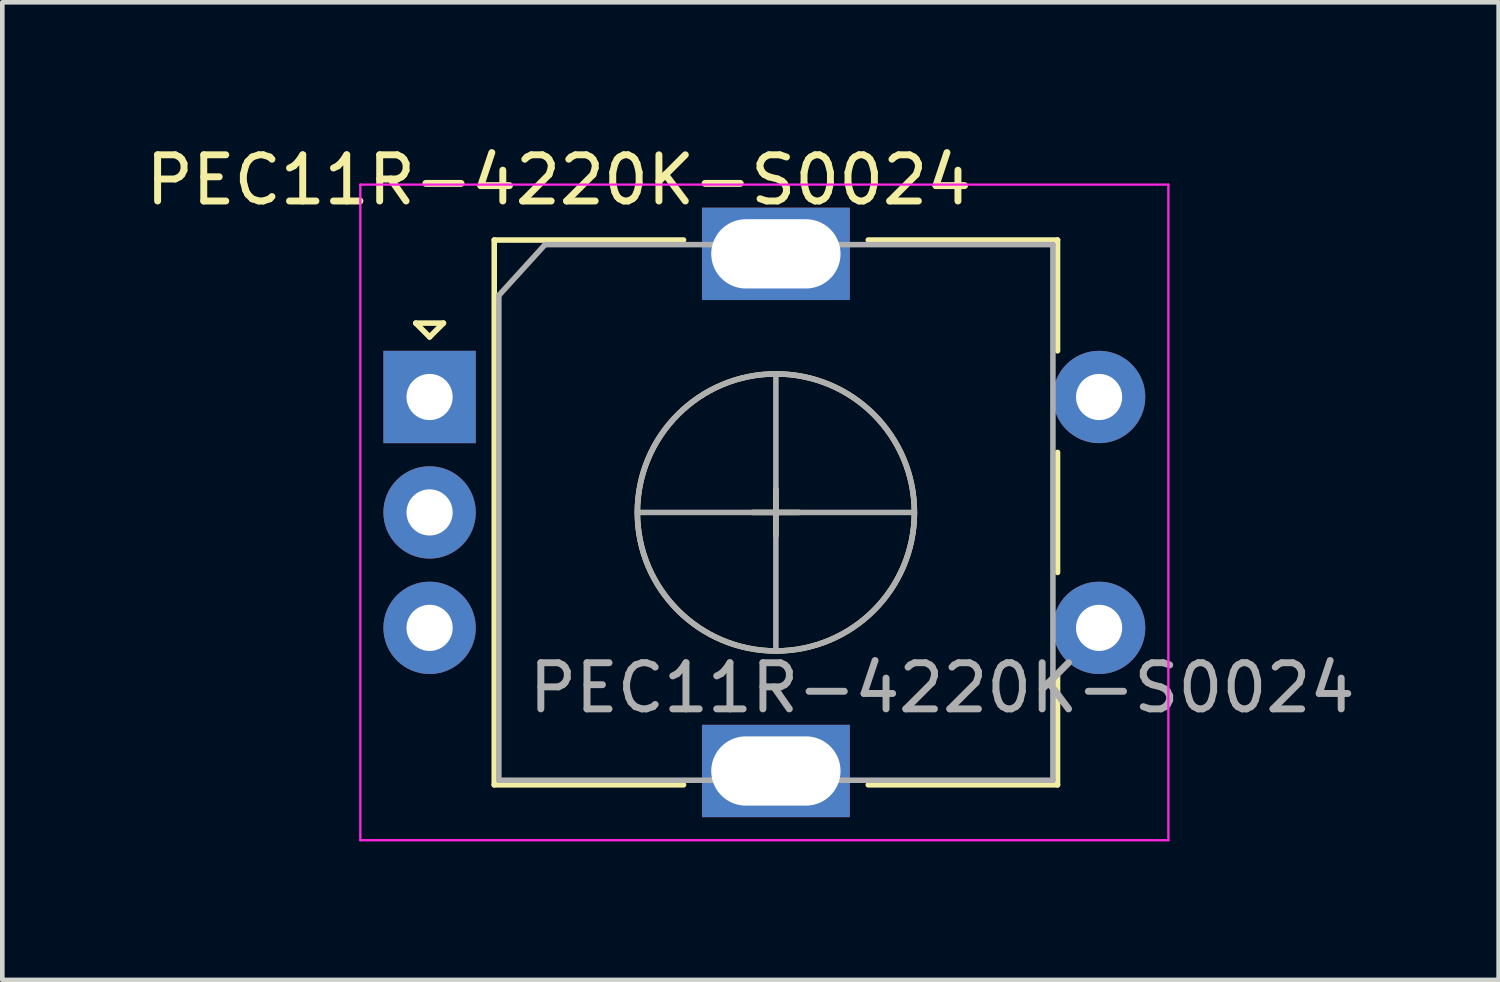
<source format=kicad_pcb>
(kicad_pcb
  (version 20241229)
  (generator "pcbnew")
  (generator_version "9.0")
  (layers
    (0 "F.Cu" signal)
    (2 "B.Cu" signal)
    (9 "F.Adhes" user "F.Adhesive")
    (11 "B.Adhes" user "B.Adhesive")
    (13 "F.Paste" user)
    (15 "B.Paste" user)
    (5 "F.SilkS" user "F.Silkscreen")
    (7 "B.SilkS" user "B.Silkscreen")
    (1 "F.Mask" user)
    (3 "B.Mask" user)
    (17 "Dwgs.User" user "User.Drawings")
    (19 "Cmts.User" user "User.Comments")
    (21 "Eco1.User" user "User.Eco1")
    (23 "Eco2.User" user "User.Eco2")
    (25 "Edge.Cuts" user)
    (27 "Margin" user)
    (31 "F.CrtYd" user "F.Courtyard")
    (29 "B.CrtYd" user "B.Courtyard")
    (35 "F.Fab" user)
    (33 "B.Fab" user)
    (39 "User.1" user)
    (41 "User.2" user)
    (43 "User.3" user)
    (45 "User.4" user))
  (footprint "PEC11R-4220K-S0024"
    (layer "F.Cu")
    (at 6.254 5.548)
    (property "Reference" "PEC11R-4220K-S0024" (at 2.8 -4.7 0) (layer "F.SilkS") (effects (font (size 1 1) (thickness 0.15))))
    (attr through_hole)
    (fp_line (start -0.3 -1.6) (end 0.3 -1.6) (stroke (width 0.12) (type solid)) (layer "F.SilkS"))
    (fp_line (start 0 -1.3) (end -0.3 -1.6) (stroke (width 0.12) (type solid)) (layer "F.SilkS"))
    (fp_line (start 0.3 -1.6) (end 0 -1.3) (stroke (width 0.12) (type solid)) (layer "F.SilkS"))
    (fp_line (start 1.4 -3.4) (end 1.4 8.4) (stroke (width 0.12) (type solid)) (layer "F.SilkS"))
    (fp_line (start 5.5 -3.4) (end 1.4 -3.4) (stroke (width 0.12) (type solid)) (layer "F.SilkS"))
    (fp_line (start 5.5 8.4) (end 1.4 8.4) (stroke (width 0.12) (type solid)) (layer "F.SilkS"))
    (fp_line (start 7 2.5) (end 8 2.5) (stroke (width 0.12) (type solid)) (layer "F.SilkS"))
    (fp_line (start 7.5 2) (end 7.5 3) (stroke (width 0.12) (type solid)) (layer "F.SilkS"))
    (fp_line (start 9.5 -3.4) (end 13.6 -3.4) (stroke (width 0.12) (type solid)) (layer "F.SilkS"))
    (fp_line (start 13.6 -3.4) (end 13.6 -1) (stroke (width 0.12) (type solid)) (layer "F.SilkS"))
    (fp_line (start 13.6 1.2) (end 13.6 3.8) (stroke (width 0.12) (type solid)) (layer "F.SilkS"))
    (fp_line (start 13.6 6) (end 13.6 8.4) (stroke (width 0.12) (type solid)) (layer "F.SilkS"))
    (fp_line (start 13.6 8.4) (end 9.5 8.4) (stroke (width 0.12) (type solid)) (layer "F.SilkS"))
    (fp_circle (center 7.5 2.5) (end 10.5 2.5) (stroke (width 0.12) (type solid)) (fill no) (layer "F.SilkS"))
    (fp_line (start -1.5 -4.6) (end -1.5 9.6) (stroke (width 0.05) (type solid)) (layer "F.CrtYd"))
    (fp_line (start -1.5 -4.6) (end 16 -4.6) (stroke (width 0.05) (type solid)) (layer "F.CrtYd"))
    (fp_line (start 16 9.6) (end -1.5 9.6) (stroke (width 0.05) (type solid)) (layer "F.CrtYd"))
    (fp_line (start 16 9.6) (end 16 -4.6) (stroke (width 0.05) (type solid)) (layer "F.CrtYd"))
    (fp_line (start 1.5 -2.2) (end 2.5 -3.3) (stroke (width 0.12) (type solid)) (layer "F.Fab"))
    (fp_line (start 1.5 8.3) (end 1.5 -2.2) (stroke (width 0.12) (type solid)) (layer "F.Fab"))
    (fp_line (start 2.5 -3.3) (end 13.5 -3.3) (stroke (width 0.12) (type solid)) (layer "F.Fab"))
    (fp_line (start 4.5 2.5) (end 10.5 2.5) (stroke (width 0.12) (type solid)) (layer "F.Fab"))
    (fp_line (start 7.5 -0.5) (end 7.5 5.5) (stroke (width 0.12) (type solid)) (layer "F.Fab"))
    (fp_line (start 13.5 -3.3) (end 13.5 8.3) (stroke (width 0.12) (type solid)) (layer "F.Fab"))
    (fp_line (start 13.5 8.3) (end 1.5 8.3) (stroke (width 0.12) (type solid)) (layer "F.Fab"))
    (fp_circle (center 7.5 2.5) (end 10.5 2.5) (stroke (width 0.12) (type solid)) (fill no) (layer "F.Fab"))
    (fp_text user "${REFERENCE}" (at 11.1 6.3 0) (layer "F.Fab") (effects (font (size 1 1) (thickness 0.15))))
    (pad "A" thru_hole rect (at 0 0) (size 2 2) (drill 1) (layers "*.Cu" "*.Mask"))
    (pad "B" thru_hole circle (at 0 5) (size 2 2) (drill 1) (layers "*.Cu" "*.Mask"))
    (pad "C" thru_hole circle (at 0 2.5) (size 2 2) (drill 1) (layers "*.Cu" "*.Mask"))
    (pad "MP" thru_hole rect (at 7.5 -3.1) (size 3.2 2) (drill oval 2.8 1.5) (layers "*.Cu" "*.Mask"))
    (pad "MP" thru_hole rect (at 7.5 8.1) (size 3.2 2) (drill oval 2.8 1.5) (layers "*.Cu" "*.Mask"))
    (pad "S1" thru_hole circle (at 14.5 5) (size 2 2) (drill 1) (layers "*.Cu" "*.Mask"))
    (pad "S2" thru_hole circle (at 14.5 0) (size 2 2) (drill 1) (layers "*.Cu" "*.Mask")))
  (gr_rect
    (start -3 -3)
    (end 29.407 18.173)
    (stroke (width 0.1) (type default))
    (fill no)
    (layer "Edge.Cuts")))
</source>
